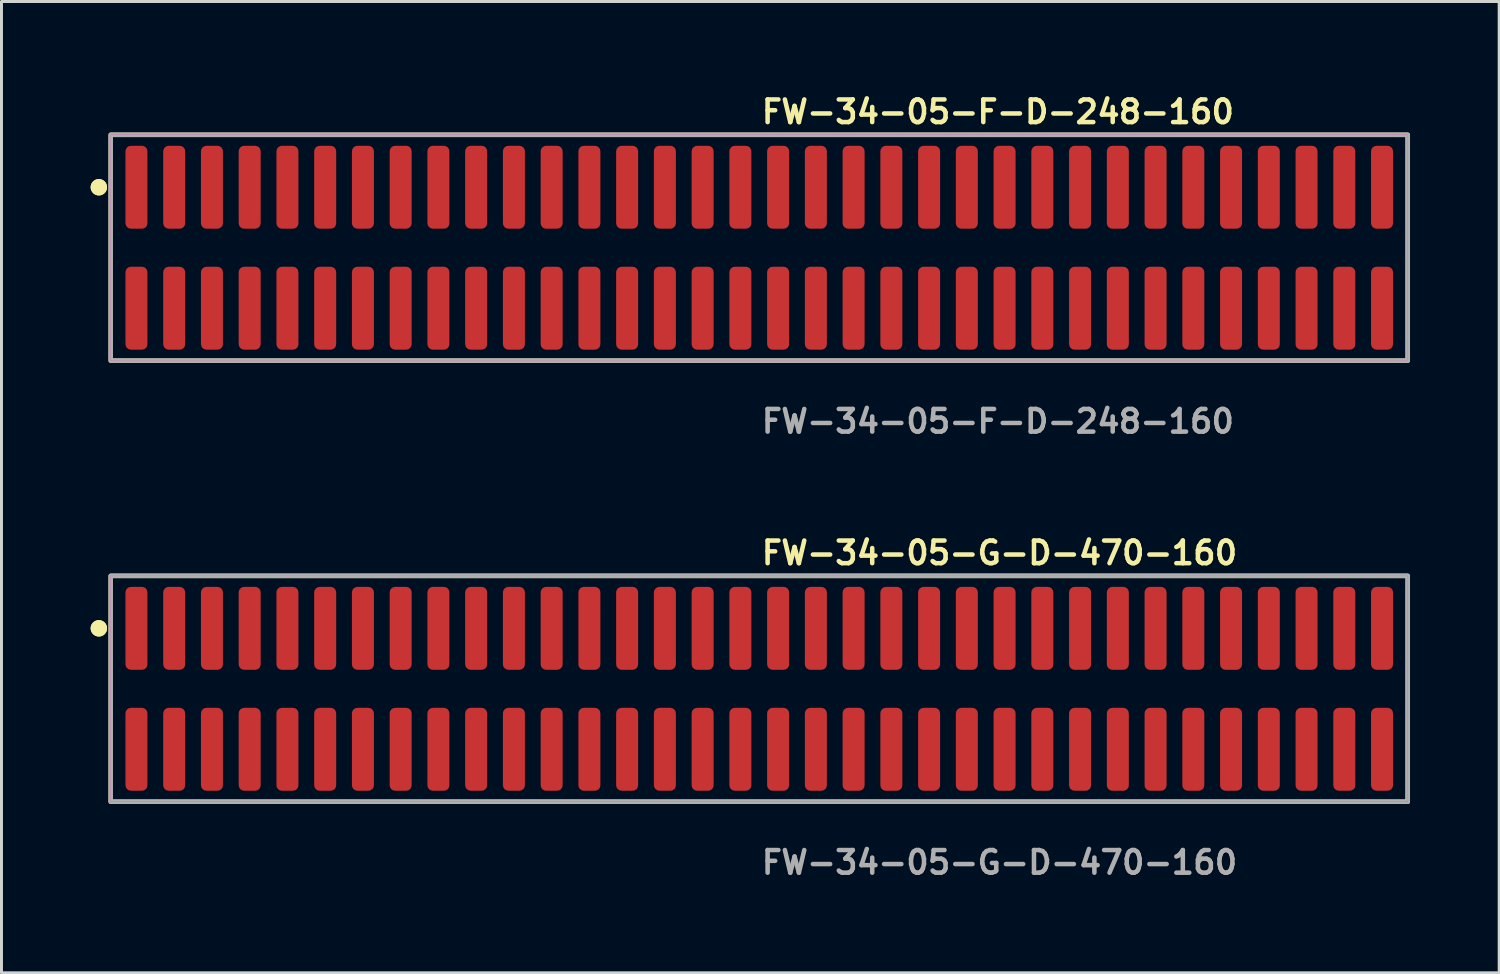
<source format=kicad_pcb>
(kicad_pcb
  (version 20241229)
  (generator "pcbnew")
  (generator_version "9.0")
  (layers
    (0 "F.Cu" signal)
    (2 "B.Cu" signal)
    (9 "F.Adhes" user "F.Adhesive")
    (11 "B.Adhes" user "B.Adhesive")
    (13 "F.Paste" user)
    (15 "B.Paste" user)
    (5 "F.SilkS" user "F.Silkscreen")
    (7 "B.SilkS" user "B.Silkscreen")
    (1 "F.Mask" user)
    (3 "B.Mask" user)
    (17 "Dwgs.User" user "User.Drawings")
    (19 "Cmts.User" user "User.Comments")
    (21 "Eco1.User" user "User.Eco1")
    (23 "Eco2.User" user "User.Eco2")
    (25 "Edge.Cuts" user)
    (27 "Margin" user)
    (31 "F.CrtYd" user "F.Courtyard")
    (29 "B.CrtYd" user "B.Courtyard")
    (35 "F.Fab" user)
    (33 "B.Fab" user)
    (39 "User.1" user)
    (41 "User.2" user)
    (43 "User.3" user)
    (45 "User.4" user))
  (footprint "FW-34-05-F-D-248-160"
    (layer "F.Cu")
    (at 22.496 5.285)
    (property "Reference" "FW-34-05-F-D-248-160" (at 0 -4.572 0) (unlocked yes) (layer "F.SilkS") (effects (font (size 0.762 0.762) (thickness 0.152)) (justify left)))
    (fp_rect (start -21.82 3.8) (end 21.82 -3.8) (stroke (width 0.152) (type solid)) (fill no) (layer "F.SilkS"))
    (fp_circle (center -22.22 -2.035) (end -22.42 -2.035) (stroke (width 0.152) (type solid)) (fill yes) (layer "F.SilkS"))
    (fp_circle (center -22.22 -2.035) (end -22.42 -2.035) (stroke (width 0.152) (type solid)) (fill yes) (layer "F.SilkS"))
    (fp_rect (start -21.82 3.8) (end 21.82 -3.8) (stroke (width 0.006) (type solid)) (fill no) (layer "F.CrtYd"))
    (fp_rect (start -21.82 3.8) (end 21.82 -3.8) (stroke (width 0.152) (type solid)) (fill no) (layer "F.Fab"))
    (fp_text user "${REFERENCE}" (at 0 5.842 0) (unlocked yes) (layer "F.Fab") (effects (font (size 0.762 0.762) (thickness 0.152)) (justify left)))
    (pad "1" smd roundrect (at -20.955 -2.035) (size 0.74 2.79) (layers "F.Cu" "F.Paste") (roundrect_rratio 0.25))
    (pad "2" smd roundrect (at -20.955 2.035) (size 0.74 2.79) (layers "F.Cu" "F.Paste") (roundrect_rratio 0.25))
    (pad "3" smd roundrect (at -19.685 -2.035) (size 0.74 2.79) (layers "F.Cu" "F.Paste") (roundrect_rratio 0.25))
    (pad "4" smd roundrect (at -19.685 2.035) (size 0.74 2.79) (layers "F.Cu" "F.Paste") (roundrect_rratio 0.25))
    (pad "5" smd roundrect (at -18.415 -2.035) (size 0.74 2.79) (layers "F.Cu" "F.Paste") (roundrect_rratio 0.25))
    (pad "6" smd roundrect (at -18.415 2.035) (size 0.74 2.79) (layers "F.Cu" "F.Paste") (roundrect_rratio 0.25))
    (pad "7" smd roundrect (at -17.145 -2.035) (size 0.74 2.79) (layers "F.Cu" "F.Paste") (roundrect_rratio 0.25))
    (pad "8" smd roundrect (at -17.145 2.035) (size 0.74 2.79) (layers "F.Cu" "F.Paste") (roundrect_rratio 0.25))
    (pad "9" smd roundrect (at -15.875 -2.035) (size 0.74 2.79) (layers "F.Cu" "F.Paste") (roundrect_rratio 0.25))
    (pad "10" smd roundrect (at -15.875 2.035) (size 0.74 2.79) (layers "F.Cu" "F.Paste") (roundrect_rratio 0.25))
    (pad "11" smd roundrect (at -14.605 -2.035) (size 0.74 2.79) (layers "F.Cu" "F.Paste") (roundrect_rratio 0.25))
    (pad "12" smd roundrect (at -14.605 2.035) (size 0.74 2.79) (layers "F.Cu" "F.Paste") (roundrect_rratio 0.25))
    (pad "13" smd roundrect (at -13.335 -2.035) (size 0.74 2.79) (layers "F.Cu" "F.Paste") (roundrect_rratio 0.25))
    (pad "14" smd roundrect (at -13.335 2.035) (size 0.74 2.79) (layers "F.Cu" "F.Paste") (roundrect_rratio 0.25))
    (pad "15" smd roundrect (at -12.065 -2.035) (size 0.74 2.79) (layers "F.Cu" "F.Paste") (roundrect_rratio 0.25))
    (pad "16" smd roundrect (at -12.065 2.035) (size 0.74 2.79) (layers "F.Cu" "F.Paste") (roundrect_rratio 0.25))
    (pad "17" smd roundrect (at -10.795 -2.035) (size 0.74 2.79) (layers "F.Cu" "F.Paste") (roundrect_rratio 0.25))
    (pad "18" smd roundrect (at -10.795 2.035) (size 0.74 2.79) (layers "F.Cu" "F.Paste") (roundrect_rratio 0.25))
    (pad "19" smd roundrect (at -9.525 -2.035) (size 0.74 2.79) (layers "F.Cu" "F.Paste") (roundrect_rratio 0.25))
    (pad "20" smd roundrect (at -9.525 2.035) (size 0.74 2.79) (layers "F.Cu" "F.Paste") (roundrect_rratio 0.25))
    (pad "21" smd roundrect (at -8.255 -2.035) (size 0.74 2.79) (layers "F.Cu" "F.Paste") (roundrect_rratio 0.25))
    (pad "22" smd roundrect (at -8.255 2.035) (size 0.74 2.79) (layers "F.Cu" "F.Paste") (roundrect_rratio 0.25))
    (pad "23" smd roundrect (at -6.985 -2.035) (size 0.74 2.79) (layers "F.Cu" "F.Paste") (roundrect_rratio 0.25))
    (pad "24" smd roundrect (at -6.985 2.035) (size 0.74 2.79) (layers "F.Cu" "F.Paste") (roundrect_rratio 0.25))
    (pad "25" smd roundrect (at -5.715 -2.035) (size 0.74 2.79) (layers "F.Cu" "F.Paste") (roundrect_rratio 0.25))
    (pad "26" smd roundrect (at -5.715 2.035) (size 0.74 2.79) (layers "F.Cu" "F.Paste") (roundrect_rratio 0.25))
    (pad "27" smd roundrect (at -4.445 -2.035) (size 0.74 2.79) (layers "F.Cu" "F.Paste") (roundrect_rratio 0.25))
    (pad "28" smd roundrect (at -4.445 2.035) (size 0.74 2.79) (layers "F.Cu" "F.Paste") (roundrect_rratio 0.25))
    (pad "29" smd roundrect (at -3.175 -2.035) (size 0.74 2.79) (layers "F.Cu" "F.Paste") (roundrect_rratio 0.25))
    (pad "30" smd roundrect (at -3.175 2.035) (size 0.74 2.79) (layers "F.Cu" "F.Paste") (roundrect_rratio 0.25))
    (pad "31" smd roundrect (at -1.905 -2.035) (size 0.74 2.79) (layers "F.Cu" "F.Paste") (roundrect_rratio 0.25))
    (pad "32" smd roundrect (at -1.905 2.035) (size 0.74 2.79) (layers "F.Cu" "F.Paste") (roundrect_rratio 0.25))
    (pad "33" smd roundrect (at -0.635 -2.035) (size 0.74 2.79) (layers "F.Cu" "F.Paste") (roundrect_rratio 0.25))
    (pad "34" smd roundrect (at -0.635 2.035) (size 0.74 2.79) (layers "F.Cu" "F.Paste") (roundrect_rratio 0.25))
    (pad "35" smd roundrect (at 0.635 -2.035) (size 0.74 2.79) (layers "F.Cu" "F.Paste") (roundrect_rratio 0.25))
    (pad "36" smd roundrect (at 0.635 2.035) (size 0.74 2.79) (layers "F.Cu" "F.Paste") (roundrect_rratio 0.25))
    (pad "37" smd roundrect (at 1.905 -2.035) (size 0.74 2.79) (layers "F.Cu" "F.Paste") (roundrect_rratio 0.25))
    (pad "38" smd roundrect (at 1.905 2.035) (size 0.74 2.79) (layers "F.Cu" "F.Paste") (roundrect_rratio 0.25))
    (pad "39" smd roundrect (at 3.175 -2.035) (size 0.74 2.79) (layers "F.Cu" "F.Paste") (roundrect_rratio 0.25))
    (pad "40" smd roundrect (at 3.175 2.035) (size 0.74 2.79) (layers "F.Cu" "F.Paste") (roundrect_rratio 0.25))
    (pad "41" smd roundrect (at 4.445 -2.035) (size 0.74 2.79) (layers "F.Cu" "F.Paste") (roundrect_rratio 0.25))
    (pad "42" smd roundrect (at 4.445 2.035) (size 0.74 2.79) (layers "F.Cu" "F.Paste") (roundrect_rratio 0.25))
    (pad "43" smd roundrect (at 5.715 -2.035) (size 0.74 2.79) (layers "F.Cu" "F.Paste") (roundrect_rratio 0.25))
    (pad "44" smd roundrect (at 5.715 2.035) (size 0.74 2.79) (layers "F.Cu" "F.Paste") (roundrect_rratio 0.25))
    (pad "45" smd roundrect (at 6.985 -2.035) (size 0.74 2.79) (layers "F.Cu" "F.Paste") (roundrect_rratio 0.25))
    (pad "46" smd roundrect (at 6.985 2.035) (size 0.74 2.79) (layers "F.Cu" "F.Paste") (roundrect_rratio 0.25))
    (pad "47" smd roundrect (at 8.255 -2.035) (size 0.74 2.79) (layers "F.Cu" "F.Paste") (roundrect_rratio 0.25))
    (pad "48" smd roundrect (at 8.255 2.035) (size 0.74 2.79) (layers "F.Cu" "F.Paste") (roundrect_rratio 0.25))
    (pad "49" smd roundrect (at 9.525 -2.035) (size 0.74 2.79) (layers "F.Cu" "F.Paste") (roundrect_rratio 0.25))
    (pad "50" smd roundrect (at 9.525 2.035) (size 0.74 2.79) (layers "F.Cu" "F.Paste") (roundrect_rratio 0.25))
    (pad "51" smd roundrect (at 10.795 -2.035) (size 0.74 2.79) (layers "F.Cu" "F.Paste") (roundrect_rratio 0.25))
    (pad "52" smd roundrect (at 10.795 2.035) (size 0.74 2.79) (layers "F.Cu" "F.Paste") (roundrect_rratio 0.25))
    (pad "53" smd roundrect (at 12.065 -2.035) (size 0.74 2.79) (layers "F.Cu" "F.Paste") (roundrect_rratio 0.25))
    (pad "54" smd roundrect (at 12.065 2.035) (size 0.74 2.79) (layers "F.Cu" "F.Paste") (roundrect_rratio 0.25))
    (pad "55" smd roundrect (at 13.335 -2.035) (size 0.74 2.79) (layers "F.Cu" "F.Paste") (roundrect_rratio 0.25))
    (pad "56" smd roundrect (at 13.335 2.035) (size 0.74 2.79) (layers "F.Cu" "F.Paste") (roundrect_rratio 0.25))
    (pad "57" smd roundrect (at 14.605 -2.035) (size 0.74 2.79) (layers "F.Cu" "F.Paste") (roundrect_rratio 0.25))
    (pad "58" smd roundrect (at 14.605 2.035) (size 0.74 2.79) (layers "F.Cu" "F.Paste") (roundrect_rratio 0.25))
    (pad "59" smd roundrect (at 15.875 -2.035) (size 0.74 2.79) (layers "F.Cu" "F.Paste") (roundrect_rratio 0.25))
    (pad "60" smd roundrect (at 15.875 2.035) (size 0.74 2.79) (layers "F.Cu" "F.Paste") (roundrect_rratio 0.25))
    (pad "61" smd roundrect (at 17.145 -2.035) (size 0.74 2.79) (layers "F.Cu" "F.Paste") (roundrect_rratio 0.25))
    (pad "62" smd roundrect (at 17.145 2.035) (size 0.74 2.79) (layers "F.Cu" "F.Paste") (roundrect_rratio 0.25))
    (pad "63" smd roundrect (at 18.415 -2.035) (size 0.74 2.79) (layers "F.Cu" "F.Paste") (roundrect_rratio 0.25))
    (pad "64" smd roundrect (at 18.415 2.035) (size 0.74 2.79) (layers "F.Cu" "F.Paste") (roundrect_rratio 0.25))
    (pad "65" smd roundrect (at 19.685 -2.035) (size 0.74 2.79) (layers "F.Cu" "F.Paste") (roundrect_rratio 0.25))
    (pad "66" smd roundrect (at 19.685 2.035) (size 0.74 2.79) (layers "F.Cu" "F.Paste") (roundrect_rratio 0.25))
    (pad "67" smd roundrect (at 20.955 -2.035) (size 0.74 2.79) (layers "F.Cu" "F.Paste") (roundrect_rratio 0.25))
    (pad "68" smd roundrect (at 20.955 2.035) (size 0.74 2.79) (layers "F.Cu" "F.Paste") (roundrect_rratio 0.25)))
  (footprint "FW-34-05-G-D-470-160"
    (layer "F.Cu")
    (at 22.496 20.126)
    (property "Reference" "FW-34-05-G-D-470-160" (at 0 -4.572 0) (unlocked yes) (layer "F.SilkS") (effects (font (size 0.762 0.762) (thickness 0.152)) (justify left)))
    (fp_rect (start -21.82 3.8) (end 21.82 -3.8) (stroke (width 0.152) (type solid)) (fill no) (layer "F.SilkS"))
    (fp_circle (center -22.22 -2.035) (end -22.42 -2.035) (stroke (width 0.152) (type solid)) (fill yes) (layer "F.SilkS"))
    (fp_circle (center -22.22 -2.035) (end -22.42 -2.035) (stroke (width 0.152) (type solid)) (fill yes) (layer "F.SilkS"))
    (fp_rect (start -21.82 3.8) (end 21.82 -3.8) (stroke (width 0.006) (type solid)) (fill no) (layer "F.CrtYd"))
    (fp_rect (start -21.82 3.8) (end 21.82 -3.8) (stroke (width 0.152) (type solid)) (fill no) (layer "F.Fab"))
    (fp_text user "${REFERENCE}" (at 0 5.842 0) (unlocked yes) (layer "F.Fab") (effects (font (size 0.762 0.762) (thickness 0.152)) (justify left)))
    (pad "1" smd roundrect (at -20.955 -2.035) (size 0.74 2.79) (layers "F.Cu" "F.Paste") (roundrect_rratio 0.25))
    (pad "2" smd roundrect (at -20.955 2.035) (size 0.74 2.79) (layers "F.Cu" "F.Paste") (roundrect_rratio 0.25))
    (pad "3" smd roundrect (at -19.685 -2.035) (size 0.74 2.79) (layers "F.Cu" "F.Paste") (roundrect_rratio 0.25))
    (pad "4" smd roundrect (at -19.685 2.035) (size 0.74 2.79) (layers "F.Cu" "F.Paste") (roundrect_rratio 0.25))
    (pad "5" smd roundrect (at -18.415 -2.035) (size 0.74 2.79) (layers "F.Cu" "F.Paste") (roundrect_rratio 0.25))
    (pad "6" smd roundrect (at -18.415 2.035) (size 0.74 2.79) (layers "F.Cu" "F.Paste") (roundrect_rratio 0.25))
    (pad "7" smd roundrect (at -17.145 -2.035) (size 0.74 2.79) (layers "F.Cu" "F.Paste") (roundrect_rratio 0.25))
    (pad "8" smd roundrect (at -17.145 2.035) (size 0.74 2.79) (layers "F.Cu" "F.Paste") (roundrect_rratio 0.25))
    (pad "9" smd roundrect (at -15.875 -2.035) (size 0.74 2.79) (layers "F.Cu" "F.Paste") (roundrect_rratio 0.25))
    (pad "10" smd roundrect (at -15.875 2.035) (size 0.74 2.79) (layers "F.Cu" "F.Paste") (roundrect_rratio 0.25))
    (pad "11" smd roundrect (at -14.605 -2.035) (size 0.74 2.79) (layers "F.Cu" "F.Paste") (roundrect_rratio 0.25))
    (pad "12" smd roundrect (at -14.605 2.035) (size 0.74 2.79) (layers "F.Cu" "F.Paste") (roundrect_rratio 0.25))
    (pad "13" smd roundrect (at -13.335 -2.035) (size 0.74 2.79) (layers "F.Cu" "F.Paste") (roundrect_rratio 0.25))
    (pad "14" smd roundrect (at -13.335 2.035) (size 0.74 2.79) (layers "F.Cu" "F.Paste") (roundrect_rratio 0.25))
    (pad "15" smd roundrect (at -12.065 -2.035) (size 0.74 2.79) (layers "F.Cu" "F.Paste") (roundrect_rratio 0.25))
    (pad "16" smd roundrect (at -12.065 2.035) (size 0.74 2.79) (layers "F.Cu" "F.Paste") (roundrect_rratio 0.25))
    (pad "17" smd roundrect (at -10.795 -2.035) (size 0.74 2.79) (layers "F.Cu" "F.Paste") (roundrect_rratio 0.25))
    (pad "18" smd roundrect (at -10.795 2.035) (size 0.74 2.79) (layers "F.Cu" "F.Paste") (roundrect_rratio 0.25))
    (pad "19" smd roundrect (at -9.525 -2.035) (size 0.74 2.79) (layers "F.Cu" "F.Paste") (roundrect_rratio 0.25))
    (pad "20" smd roundrect (at -9.525 2.035) (size 0.74 2.79) (layers "F.Cu" "F.Paste") (roundrect_rratio 0.25))
    (pad "21" smd roundrect (at -8.255 -2.035) (size 0.74 2.79) (layers "F.Cu" "F.Paste") (roundrect_rratio 0.25))
    (pad "22" smd roundrect (at -8.255 2.035) (size 0.74 2.79) (layers "F.Cu" "F.Paste") (roundrect_rratio 0.25))
    (pad "23" smd roundrect (at -6.985 -2.035) (size 0.74 2.79) (layers "F.Cu" "F.Paste") (roundrect_rratio 0.25))
    (pad "24" smd roundrect (at -6.985 2.035) (size 0.74 2.79) (layers "F.Cu" "F.Paste") (roundrect_rratio 0.25))
    (pad "25" smd roundrect (at -5.715 -2.035) (size 0.74 2.79) (layers "F.Cu" "F.Paste") (roundrect_rratio 0.25))
    (pad "26" smd roundrect (at -5.715 2.035) (size 0.74 2.79) (layers "F.Cu" "F.Paste") (roundrect_rratio 0.25))
    (pad "27" smd roundrect (at -4.445 -2.035) (size 0.74 2.79) (layers "F.Cu" "F.Paste") (roundrect_rratio 0.25))
    (pad "28" smd roundrect (at -4.445 2.035) (size 0.74 2.79) (layers "F.Cu" "F.Paste") (roundrect_rratio 0.25))
    (pad "29" smd roundrect (at -3.175 -2.035) (size 0.74 2.79) (layers "F.Cu" "F.Paste") (roundrect_rratio 0.25))
    (pad "30" smd roundrect (at -3.175 2.035) (size 0.74 2.79) (layers "F.Cu" "F.Paste") (roundrect_rratio 0.25))
    (pad "31" smd roundrect (at -1.905 -2.035) (size 0.74 2.79) (layers "F.Cu" "F.Paste") (roundrect_rratio 0.25))
    (pad "32" smd roundrect (at -1.905 2.035) (size 0.74 2.79) (layers "F.Cu" "F.Paste") (roundrect_rratio 0.25))
    (pad "33" smd roundrect (at -0.635 -2.035) (size 0.74 2.79) (layers "F.Cu" "F.Paste") (roundrect_rratio 0.25))
    (pad "34" smd roundrect (at -0.635 2.035) (size 0.74 2.79) (layers "F.Cu" "F.Paste") (roundrect_rratio 0.25))
    (pad "35" smd roundrect (at 0.635 -2.035) (size 0.74 2.79) (layers "F.Cu" "F.Paste") (roundrect_rratio 0.25))
    (pad "36" smd roundrect (at 0.635 2.035) (size 0.74 2.79) (layers "F.Cu" "F.Paste") (roundrect_rratio 0.25))
    (pad "37" smd roundrect (at 1.905 -2.035) (size 0.74 2.79) (layers "F.Cu" "F.Paste") (roundrect_rratio 0.25))
    (pad "38" smd roundrect (at 1.905 2.035) (size 0.74 2.79) (layers "F.Cu" "F.Paste") (roundrect_rratio 0.25))
    (pad "39" smd roundrect (at 3.175 -2.035) (size 0.74 2.79) (layers "F.Cu" "F.Paste") (roundrect_rratio 0.25))
    (pad "40" smd roundrect (at 3.175 2.035) (size 0.74 2.79) (layers "F.Cu" "F.Paste") (roundrect_rratio 0.25))
    (pad "41" smd roundrect (at 4.445 -2.035) (size 0.74 2.79) (layers "F.Cu" "F.Paste") (roundrect_rratio 0.25))
    (pad "42" smd roundrect (at 4.445 2.035) (size 0.74 2.79) (layers "F.Cu" "F.Paste") (roundrect_rratio 0.25))
    (pad "43" smd roundrect (at 5.715 -2.035) (size 0.74 2.79) (layers "F.Cu" "F.Paste") (roundrect_rratio 0.25))
    (pad "44" smd roundrect (at 5.715 2.035) (size 0.74 2.79) (layers "F.Cu" "F.Paste") (roundrect_rratio 0.25))
    (pad "45" smd roundrect (at 6.985 -2.035) (size 0.74 2.79) (layers "F.Cu" "F.Paste") (roundrect_rratio 0.25))
    (pad "46" smd roundrect (at 6.985 2.035) (size 0.74 2.79) (layers "F.Cu" "F.Paste") (roundrect_rratio 0.25))
    (pad "47" smd roundrect (at 8.255 -2.035) (size 0.74 2.79) (layers "F.Cu" "F.Paste") (roundrect_rratio 0.25))
    (pad "48" smd roundrect (at 8.255 2.035) (size 0.74 2.79) (layers "F.Cu" "F.Paste") (roundrect_rratio 0.25))
    (pad "49" smd roundrect (at 9.525 -2.035) (size 0.74 2.79) (layers "F.Cu" "F.Paste") (roundrect_rratio 0.25))
    (pad "50" smd roundrect (at 9.525 2.035) (size 0.74 2.79) (layers "F.Cu" "F.Paste") (roundrect_rratio 0.25))
    (pad "51" smd roundrect (at 10.795 -2.035) (size 0.74 2.79) (layers "F.Cu" "F.Paste") (roundrect_rratio 0.25))
    (pad "52" smd roundrect (at 10.795 2.035) (size 0.74 2.79) (layers "F.Cu" "F.Paste") (roundrect_rratio 0.25))
    (pad "53" smd roundrect (at 12.065 -2.035) (size 0.74 2.79) (layers "F.Cu" "F.Paste") (roundrect_rratio 0.25))
    (pad "54" smd roundrect (at 12.065 2.035) (size 0.74 2.79) (layers "F.Cu" "F.Paste") (roundrect_rratio 0.25))
    (pad "55" smd roundrect (at 13.335 -2.035) (size 0.74 2.79) (layers "F.Cu" "F.Paste") (roundrect_rratio 0.25))
    (pad "56" smd roundrect (at 13.335 2.035) (size 0.74 2.79) (layers "F.Cu" "F.Paste") (roundrect_rratio 0.25))
    (pad "57" smd roundrect (at 14.605 -2.035) (size 0.74 2.79) (layers "F.Cu" "F.Paste") (roundrect_rratio 0.25))
    (pad "58" smd roundrect (at 14.605 2.035) (size 0.74 2.79) (layers "F.Cu" "F.Paste") (roundrect_rratio 0.25))
    (pad "59" smd roundrect (at 15.875 -2.035) (size 0.74 2.79) (layers "F.Cu" "F.Paste") (roundrect_rratio 0.25))
    (pad "60" smd roundrect (at 15.875 2.035) (size 0.74 2.79) (layers "F.Cu" "F.Paste") (roundrect_rratio 0.25))
    (pad "61" smd roundrect (at 17.145 -2.035) (size 0.74 2.79) (layers "F.Cu" "F.Paste") (roundrect_rratio 0.25))
    (pad "62" smd roundrect (at 17.145 2.035) (size 0.74 2.79) (layers "F.Cu" "F.Paste") (roundrect_rratio 0.25))
    (pad "63" smd roundrect (at 18.415 -2.035) (size 0.74 2.79) (layers "F.Cu" "F.Paste") (roundrect_rratio 0.25))
    (pad "64" smd roundrect (at 18.415 2.035) (size 0.74 2.79) (layers "F.Cu" "F.Paste") (roundrect_rratio 0.25))
    (pad "65" smd roundrect (at 19.685 -2.035) (size 0.74 2.79) (layers "F.Cu" "F.Paste") (roundrect_rratio 0.25))
    (pad "66" smd roundrect (at 19.685 2.035) (size 0.74 2.79) (layers "F.Cu" "F.Paste") (roundrect_rratio 0.25))
    (pad "67" smd roundrect (at 20.955 -2.035) (size 0.74 2.79) (layers "F.Cu" "F.Paste") (roundrect_rratio 0.25))
    (pad "68" smd roundrect (at 20.955 2.035) (size 0.74 2.79) (layers "F.Cu" "F.Paste") (roundrect_rratio 0.25)))
  (gr_rect
    (start -3 -3)
    (end 47.392 29.681)
    (stroke (width 0.1) (type default))
    (fill no)
    (layer "Edge.Cuts")))
</source>
